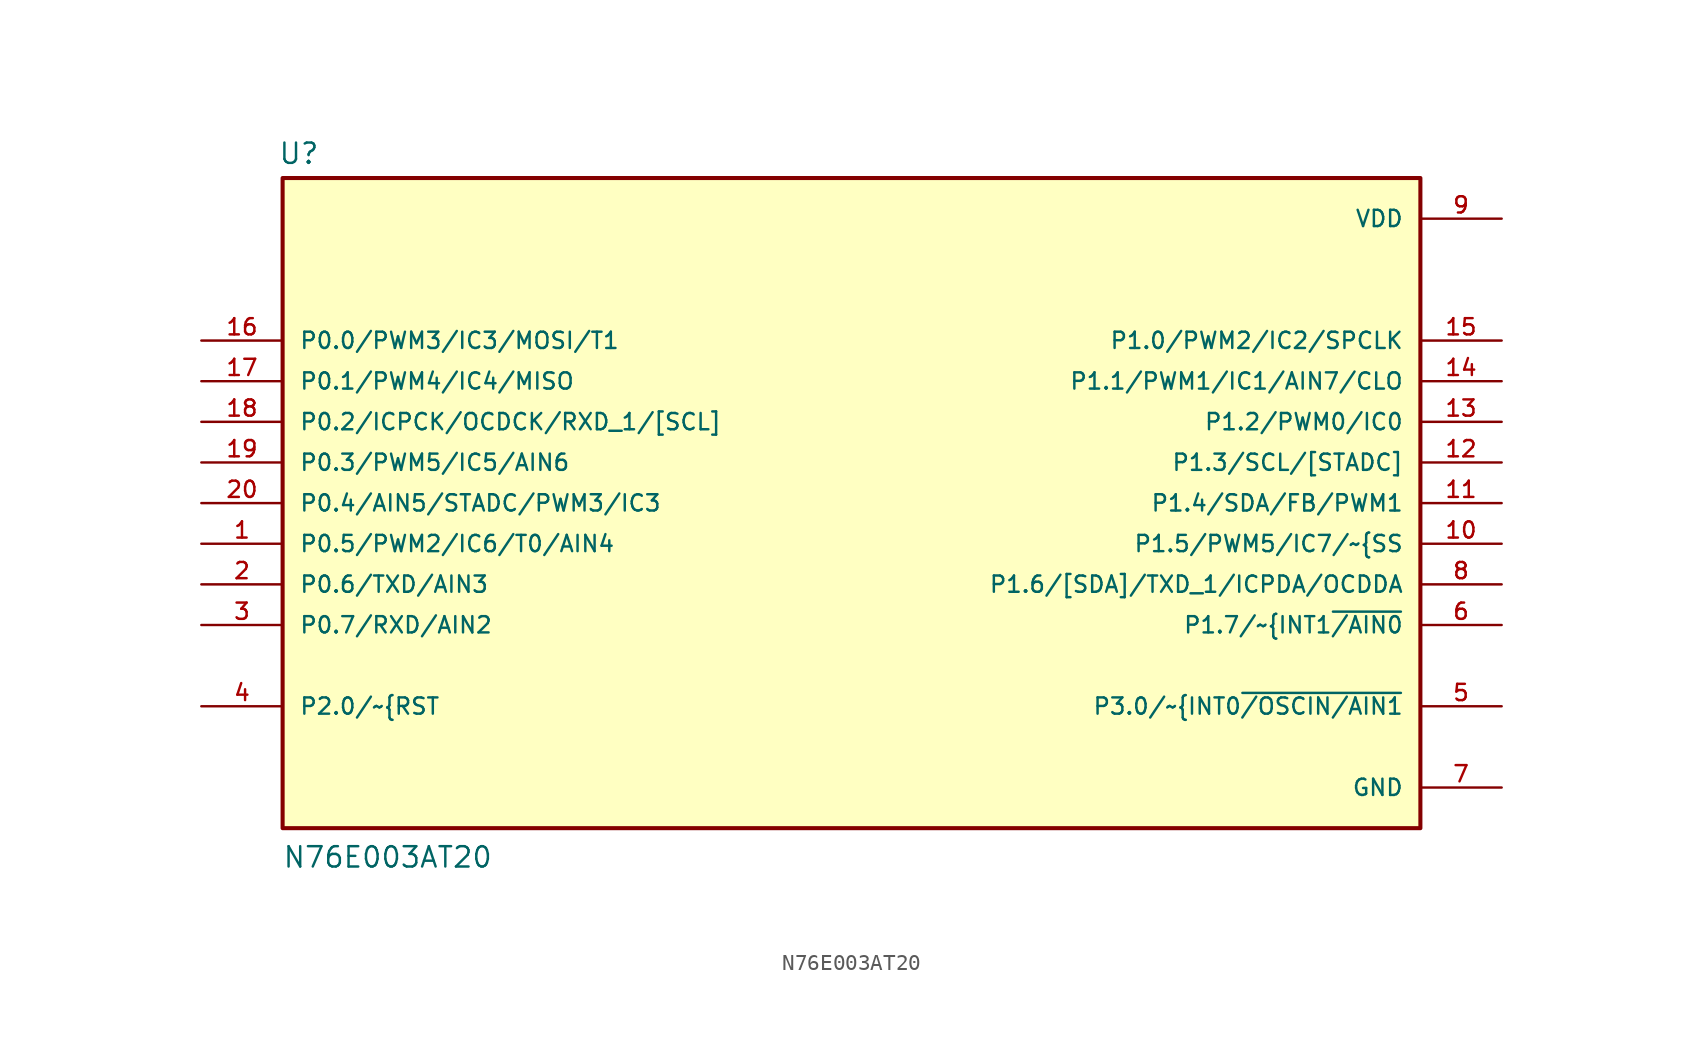
<source format=kicad_sym>
(kicad_symbol_lib
  (version 20211014)
  (generator kicad_symbol_editor)
  (symbol "N76E003AT20"
    (pin_names
      (offset 1.016))
    (property "Reference" "U"
      (at -35.851 21.104 0)
      (effects (font (size 1.27 1.27)) (justify bottom left)))
    (property "Value" "N76E003AT20"
      (at -35.59 -22.879 0)
      (effects (font (size 1.27 1.27)) (justify bottom left)))
    (symbol "N76E003AT20_0_0"
      (rectangle (start -35.56 -20.32) (end 35.56 20.32) (stroke (width 0.254)) (fill (type background)))
      (pin bidirectional line (at -40.64 -2.54 0) (length 5.08) (name "P0.5/PWM2/IC6/T0/AIN4" (effects (font (size 1.016 1.016)))) (number "1" (effects (font (size 1.016 1.016)))))
      (pin bidirectional line (at -40.64 -5.08 0) (length 5.08) (name "P0.6/TXD/AIN3" (effects (font (size 1.016 1.016)))) (number "2" (effects (font (size 1.016 1.016)))))
      (pin bidirectional line (at -40.64 -7.62 0) (length 5.08) (name "P0.7/RXD/AIN2" (effects (font (size 1.016 1.016)))) (number "3" (effects (font (size 1.016 1.016)))))
      (pin bidirectional line (at -40.64 -12.7 0) (length 5.08) (name "P2.0/~{RST~{}" (effects (font (size 1.016 1.016)))) (number "4" (effects (font (size 1.016 1.016)))))
      (pin bidirectional line (at 40.64 -12.7 180.0) (length 5.08) (name "P3.0/~{INT0~{/OSCIN/AIN1}" (effects (font (size 1.016 1.016)))) (number "5" (effects (font (size 1.016 1.016)))))
      (pin bidirectional line (at 40.64 -7.62 180.0) (length 5.08) (name "P1.7/~{INT1~{/AIN0}" (effects (font (size 1.016 1.016)))) (number "6" (effects (font (size 1.016 1.016)))))
      (pin power_in line (at 40.64 -17.78 180.0) (length 5.08) (name "GND" (effects (font (size 1.016 1.016)))) (number "7" (effects (font (size 1.016 1.016)))))
      (pin bidirectional line (at 40.64 -5.08 180.0) (length 5.08) (name "P1.6/[SDA]/TXD_1/ICPDA/OCDDA" (effects (font (size 1.016 1.016)))) (number "8" (effects (font (size 1.016 1.016)))))
      (pin power_in line (at 40.64 17.78 180.0) (length 5.08) (name "VDD" (effects (font (size 1.016 1.016)))) (number "9" (effects (font (size 1.016 1.016)))))
      (pin bidirectional line (at 40.64 -2.54 180.0) (length 5.08) (name "P1.5/PWM5/IC7/~{SS~{}" (effects (font (size 1.016 1.016)))) (number "10" (effects (font (size 1.016 1.016)))))
      (pin bidirectional line (at 40.64 0.0 180.0) (length 5.08) (name "P1.4/SDA/FB/PWM1" (effects (font (size 1.016 1.016)))) (number "11" (effects (font (size 1.016 1.016)))))
      (pin bidirectional line (at 40.64 2.54 180.0) (length 5.08) (name "P1.3/SCL/[STADC]" (effects (font (size 1.016 1.016)))) (number "12" (effects (font (size 1.016 1.016)))))
      (pin bidirectional line (at 40.64 5.08 180.0) (length 5.08) (name "P1.2/PWM0/IC0" (effects (font (size 1.016 1.016)))) (number "13" (effects (font (size 1.016 1.016)))))
      (pin bidirectional line (at 40.64 7.62 180.0) (length 5.08) (name "P1.1/PWM1/IC1/AIN7/CLO" (effects (font (size 1.016 1.016)))) (number "14" (effects (font (size 1.016 1.016)))))
      (pin bidirectional line (at 40.64 10.16 180.0) (length 5.08) (name "P1.0/PWM2/IC2/SPCLK" (effects (font (size 1.016 1.016)))) (number "15" (effects (font (size 1.016 1.016)))))
      (pin bidirectional line (at -40.64 10.16 0) (length 5.08) (name "P0.0/PWM3/IC3/MOSI/T1" (effects (font (size 1.016 1.016)))) (number "16" (effects (font (size 1.016 1.016)))))
      (pin bidirectional line (at -40.64 7.62 0) (length 5.08) (name "P0.1/PWM4/IC4/MISO" (effects (font (size 1.016 1.016)))) (number "17" (effects (font (size 1.016 1.016)))))
      (pin bidirectional line (at -40.64 5.08 0) (length 5.08) (name "P0.2/ICPCK/OCDCK/RXD_1/[SCL]" (effects (font (size 1.016 1.016)))) (number "18" (effects (font (size 1.016 1.016)))))
      (pin bidirectional line (at -40.64 2.54 0) (length 5.08) (name "P0.3/PWM5/IC5/AIN6" (effects (font (size 1.016 1.016)))) (number "19" (effects (font (size 1.016 1.016)))))
      (pin bidirectional line (at -40.64 0.0 0) (length 5.08) (name "P0.4/AIN5/STADC/PWM3/IC3" (effects (font (size 1.016 1.016)))) (number "20" (effects (font (size 1.016 1.016))))))))
</source>
